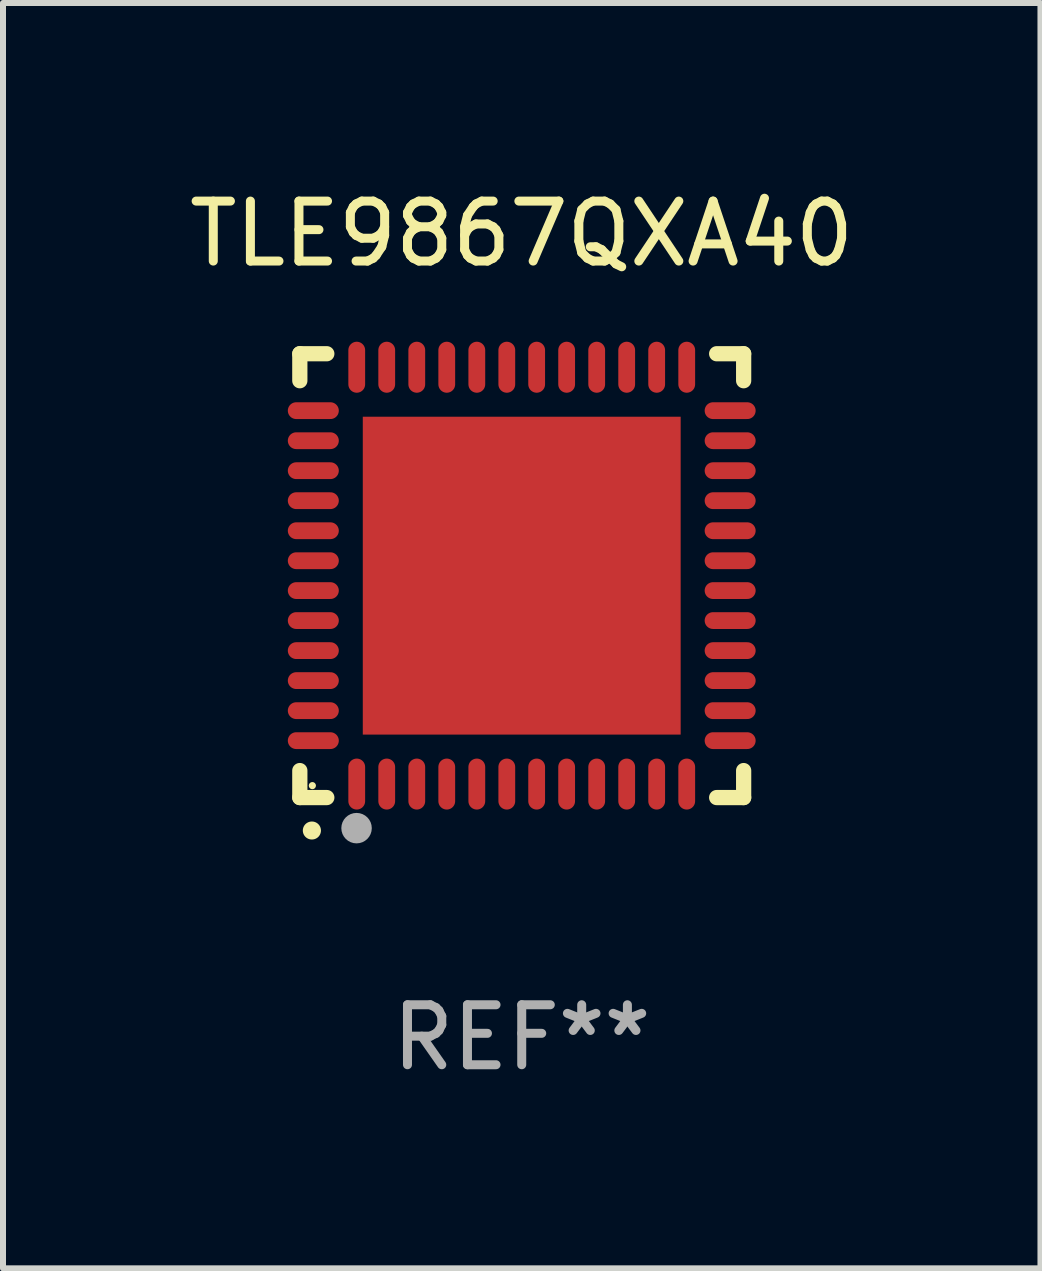
<source format=kicad_pcb>
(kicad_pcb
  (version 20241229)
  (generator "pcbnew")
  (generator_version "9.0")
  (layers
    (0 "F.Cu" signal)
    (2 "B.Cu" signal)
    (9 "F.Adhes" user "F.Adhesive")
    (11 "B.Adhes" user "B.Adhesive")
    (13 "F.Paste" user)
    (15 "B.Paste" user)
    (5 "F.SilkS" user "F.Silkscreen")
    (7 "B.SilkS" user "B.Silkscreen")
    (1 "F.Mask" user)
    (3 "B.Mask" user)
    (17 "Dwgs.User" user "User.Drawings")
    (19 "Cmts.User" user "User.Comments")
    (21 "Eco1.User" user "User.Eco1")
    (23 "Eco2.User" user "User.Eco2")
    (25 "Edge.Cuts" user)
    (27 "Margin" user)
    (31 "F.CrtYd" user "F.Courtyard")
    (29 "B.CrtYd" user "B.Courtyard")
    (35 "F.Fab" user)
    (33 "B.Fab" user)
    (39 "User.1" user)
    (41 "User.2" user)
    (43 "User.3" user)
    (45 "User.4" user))
  (footprint "TLE9867QXA40"
    (layer "F.Cu")
    (at 5.649 6.548)
    (property "Reference" "TLE9867QXA40" (at 0 -5.7 0) (layer "F.SilkS") (effects (font (size 1 1) (thickness 0.15))))
    (attr through_hole)
    (fp_line (start -3.7 -3.7) (end -3.25 -3.7) (stroke (width 0.254) (type solid)) (layer "F.SilkS"))
    (fp_line (start -3.7 -3.25) (end -3.7 -3.7) (stroke (width 0.254) (type solid)) (layer "F.SilkS"))
    (fp_line (start -3.7 3.7) (end -3.7 3.25) (stroke (width 0.254) (type solid)) (layer "F.SilkS"))
    (fp_line (start -3.25 3.7) (end -3.7 3.7) (stroke (width 0.254) (type solid)) (layer "F.SilkS"))
    (fp_line (start 3.25 3.7) (end 3.7 3.7) (stroke (width 0.254) (type solid)) (layer "F.SilkS"))
    (fp_line (start 3.7 -3.7) (end 3.25 -3.7) (stroke (width 0.254) (type solid)) (layer "F.SilkS"))
    (fp_line (start 3.7 -3.25) (end 3.7 -3.7) (stroke (width 0.254) (type solid)) (layer "F.SilkS"))
    (fp_line (start 3.7 3.7) (end 3.7 3.25) (stroke (width 0.254) (type solid)) (layer "F.SilkS"))
    (fp_arc (start -3.500127 4.249428) (mid -3.498857 4.249423) (end -3.497587 4.249428) (stroke (width 0.3) (type solid)) (layer "F.SilkS"))
    (fp_circle (center -3.491 3.501) (end -3.461 3.501) (stroke (width 0.06) (type solid)) (fill no) (layer "F.SilkS"))
    (fp_circle (center -2.754 4.21) (end -2.627 4.21) (stroke (width 0.254) (type solid)) (fill no) (layer "F.Fab"))
    (fp_text user "REF**" (at 0 7.7 0) (layer "F.Fab") (effects (font (size 1 1) (thickness 0.15))))
    (pad "1" smd oval (at -2.751 3.475) (size 0.28 0.85) (layers "F.Cu" "F.Mask" "F.Paste"))
    (pad "2" smd oval (at -2.251 3.475) (size 0.28 0.85) (layers "F.Cu" "F.Mask" "F.Paste"))
    (pad "3" smd oval (at -1.75 3.475) (size 0.28 0.85) (layers "F.Cu" "F.Mask" "F.Paste"))
    (pad "4" smd oval (at -1.25 3.475) (size 0.28 0.85) (layers "F.Cu" "F.Mask" "F.Paste"))
    (pad "5" smd oval (at -0.749 3.475) (size 0.28 0.85) (layers "F.Cu" "F.Mask" "F.Paste"))
    (pad "6" smd oval (at -0.249 3.475) (size 0.28 0.85) (layers "F.Cu" "F.Mask" "F.Paste"))
    (pad "7" smd oval (at 0.249 3.475) (size 0.28 0.85) (layers "F.Cu" "F.Mask" "F.Paste"))
    (pad "8" smd oval (at 0.749 3.475) (size 0.28 0.85) (layers "F.Cu" "F.Mask" "F.Paste"))
    (pad "9" smd oval (at 1.25 3.475) (size 0.28 0.85) (layers "F.Cu" "F.Mask" "F.Paste"))
    (pad "10" smd oval (at 1.75 3.475) (size 0.28 0.85) (layers "F.Cu" "F.Mask" "F.Paste"))
    (pad "11" smd oval (at 2.25 3.475) (size 0.28 0.85) (layers "F.Cu" "F.Mask" "F.Paste"))
    (pad "12" smd oval (at 2.751 3.475) (size 0.28 0.85) (layers "F.Cu" "F.Mask" "F.Paste"))
    (pad "13" smd oval (at 3.475 2.751) (size 0.85 0.28) (layers "F.Cu" "F.Mask" "F.Paste"))
    (pad "14" smd oval (at 3.475 2.251) (size 0.85 0.28) (layers "F.Cu" "F.Mask" "F.Paste"))
    (pad "15" smd oval (at 3.475 1.75) (size 0.85 0.28) (layers "F.Cu" "F.Mask" "F.Paste"))
    (pad "16" smd oval (at 3.475 1.25) (size 0.85 0.28) (layers "F.Cu" "F.Mask" "F.Paste"))
    (pad "17" smd oval (at 3.475 0.749) (size 0.85 0.28) (layers "F.Cu" "F.Mask" "F.Paste"))
    (pad "18" smd oval (at 3.475 0.249) (size 0.85 0.28) (layers "F.Cu" "F.Mask" "F.Paste"))
    (pad "19" smd oval (at 3.475 -0.249) (size 0.85 0.28) (layers "F.Cu" "F.Mask" "F.Paste"))
    (pad "20" smd oval (at 3.475 -0.749) (size 0.85 0.28) (layers "F.Cu" "F.Mask" "F.Paste"))
    (pad "21" smd oval (at 3.475 -1.25) (size 0.85 0.28) (layers "F.Cu" "F.Mask" "F.Paste"))
    (pad "22" smd oval (at 3.475 -1.75) (size 0.85 0.28) (layers "F.Cu" "F.Mask" "F.Paste"))
    (pad "23" smd oval (at 3.475 -2.25) (size 0.85 0.28) (layers "F.Cu" "F.Mask" "F.Paste"))
    (pad "24" smd oval (at 3.475 -2.751) (size 0.85 0.28) (layers "F.Cu" "F.Mask" "F.Paste"))
    (pad "25" smd oval (at 2.751 -3.475) (size 0.28 0.85) (layers "F.Cu" "F.Mask" "F.Paste"))
    (pad "26" smd oval (at 2.25 -3.475) (size 0.28 0.85) (layers "F.Cu" "F.Mask" "F.Paste"))
    (pad "27" smd oval (at 1.75 -3.475) (size 0.28 0.85) (layers "F.Cu" "F.Mask" "F.Paste"))
    (pad "28" smd oval (at 1.25 -3.475) (size 0.28 0.85) (layers "F.Cu" "F.Mask" "F.Paste"))
    (pad "29" smd oval (at 0.749 -3.475) (size 0.28 0.85) (layers "F.Cu" "F.Mask" "F.Paste"))
    (pad "30" smd oval (at 0.249 -3.475) (size 0.28 0.85) (layers "F.Cu" "F.Mask" "F.Paste"))
    (pad "31" smd oval (at -0.249 -3.475) (size 0.28 0.85) (layers "F.Cu" "F.Mask" "F.Paste"))
    (pad "32" smd oval (at -0.749 -3.475) (size 0.28 0.85) (layers "F.Cu" "F.Mask" "F.Paste"))
    (pad "33" smd oval (at -1.25 -3.475) (size 0.28 0.85) (layers "F.Cu" "F.Mask" "F.Paste"))
    (pad "34" smd oval (at -1.75 -3.475) (size 0.28 0.85) (layers "F.Cu" "F.Mask" "F.Paste"))
    (pad "35" smd oval (at -2.251 -3.475) (size 0.28 0.85) (layers "F.Cu" "F.Mask" "F.Paste"))
    (pad "36" smd oval (at -2.751 -3.475) (size 0.28 0.85) (layers "F.Cu" "F.Mask" "F.Paste"))
    (pad "37" smd oval (at -3.475 -2.751) (size 0.85 0.28) (layers "F.Cu" "F.Mask" "F.Paste"))
    (pad "38" smd oval (at -3.475 -2.25) (size 0.85 0.28) (layers "F.Cu" "F.Mask" "F.Paste"))
    (pad "39" smd oval (at -3.475 -1.75) (size 0.85 0.28) (layers "F.Cu" "F.Mask" "F.Paste"))
    (pad "40" smd oval (at -3.475 -1.25) (size 0.85 0.28) (layers "F.Cu" "F.Mask" "F.Paste"))
    (pad "41" smd oval (at -3.475 -0.749) (size 0.85 0.28) (layers "F.Cu" "F.Mask" "F.Paste"))
    (pad "42" smd oval (at -3.475 -0.249) (size 0.85 0.28) (layers "F.Cu" "F.Mask" "F.Paste"))
    (pad "43" smd oval (at -3.475 0.249) (size 0.85 0.28) (layers "F.Cu" "F.Mask" "F.Paste"))
    (pad "44" smd oval (at -3.475 0.749) (size 0.85 0.28) (layers "F.Cu" "F.Mask" "F.Paste"))
    (pad "45" smd oval (at -3.475 1.25) (size 0.85 0.28) (layers "F.Cu" "F.Mask" "F.Paste"))
    (pad "46" smd oval (at -3.475 1.75) (size 0.85 0.28) (layers "F.Cu" "F.Mask" "F.Paste"))
    (pad "47" smd oval (at -3.475 2.251) (size 0.85 0.28) (layers "F.Cu" "F.Mask" "F.Paste"))
    (pad "48" smd oval (at -3.475 2.751) (size 0.85 0.28) (layers "F.Cu" "F.Mask" "F.Paste"))
    (pad "49" smd rect (at -0.000102 0.000102) (size 5.3 5.3) (layers "F.Cu" "F.Mask" "F.Paste")))
  (gr_rect
    (start -3 -3)
    (end 14.298 18.097)
    (stroke (width 0.1) (type default))
    (fill no)
    (layer "Edge.Cuts")))
</source>
